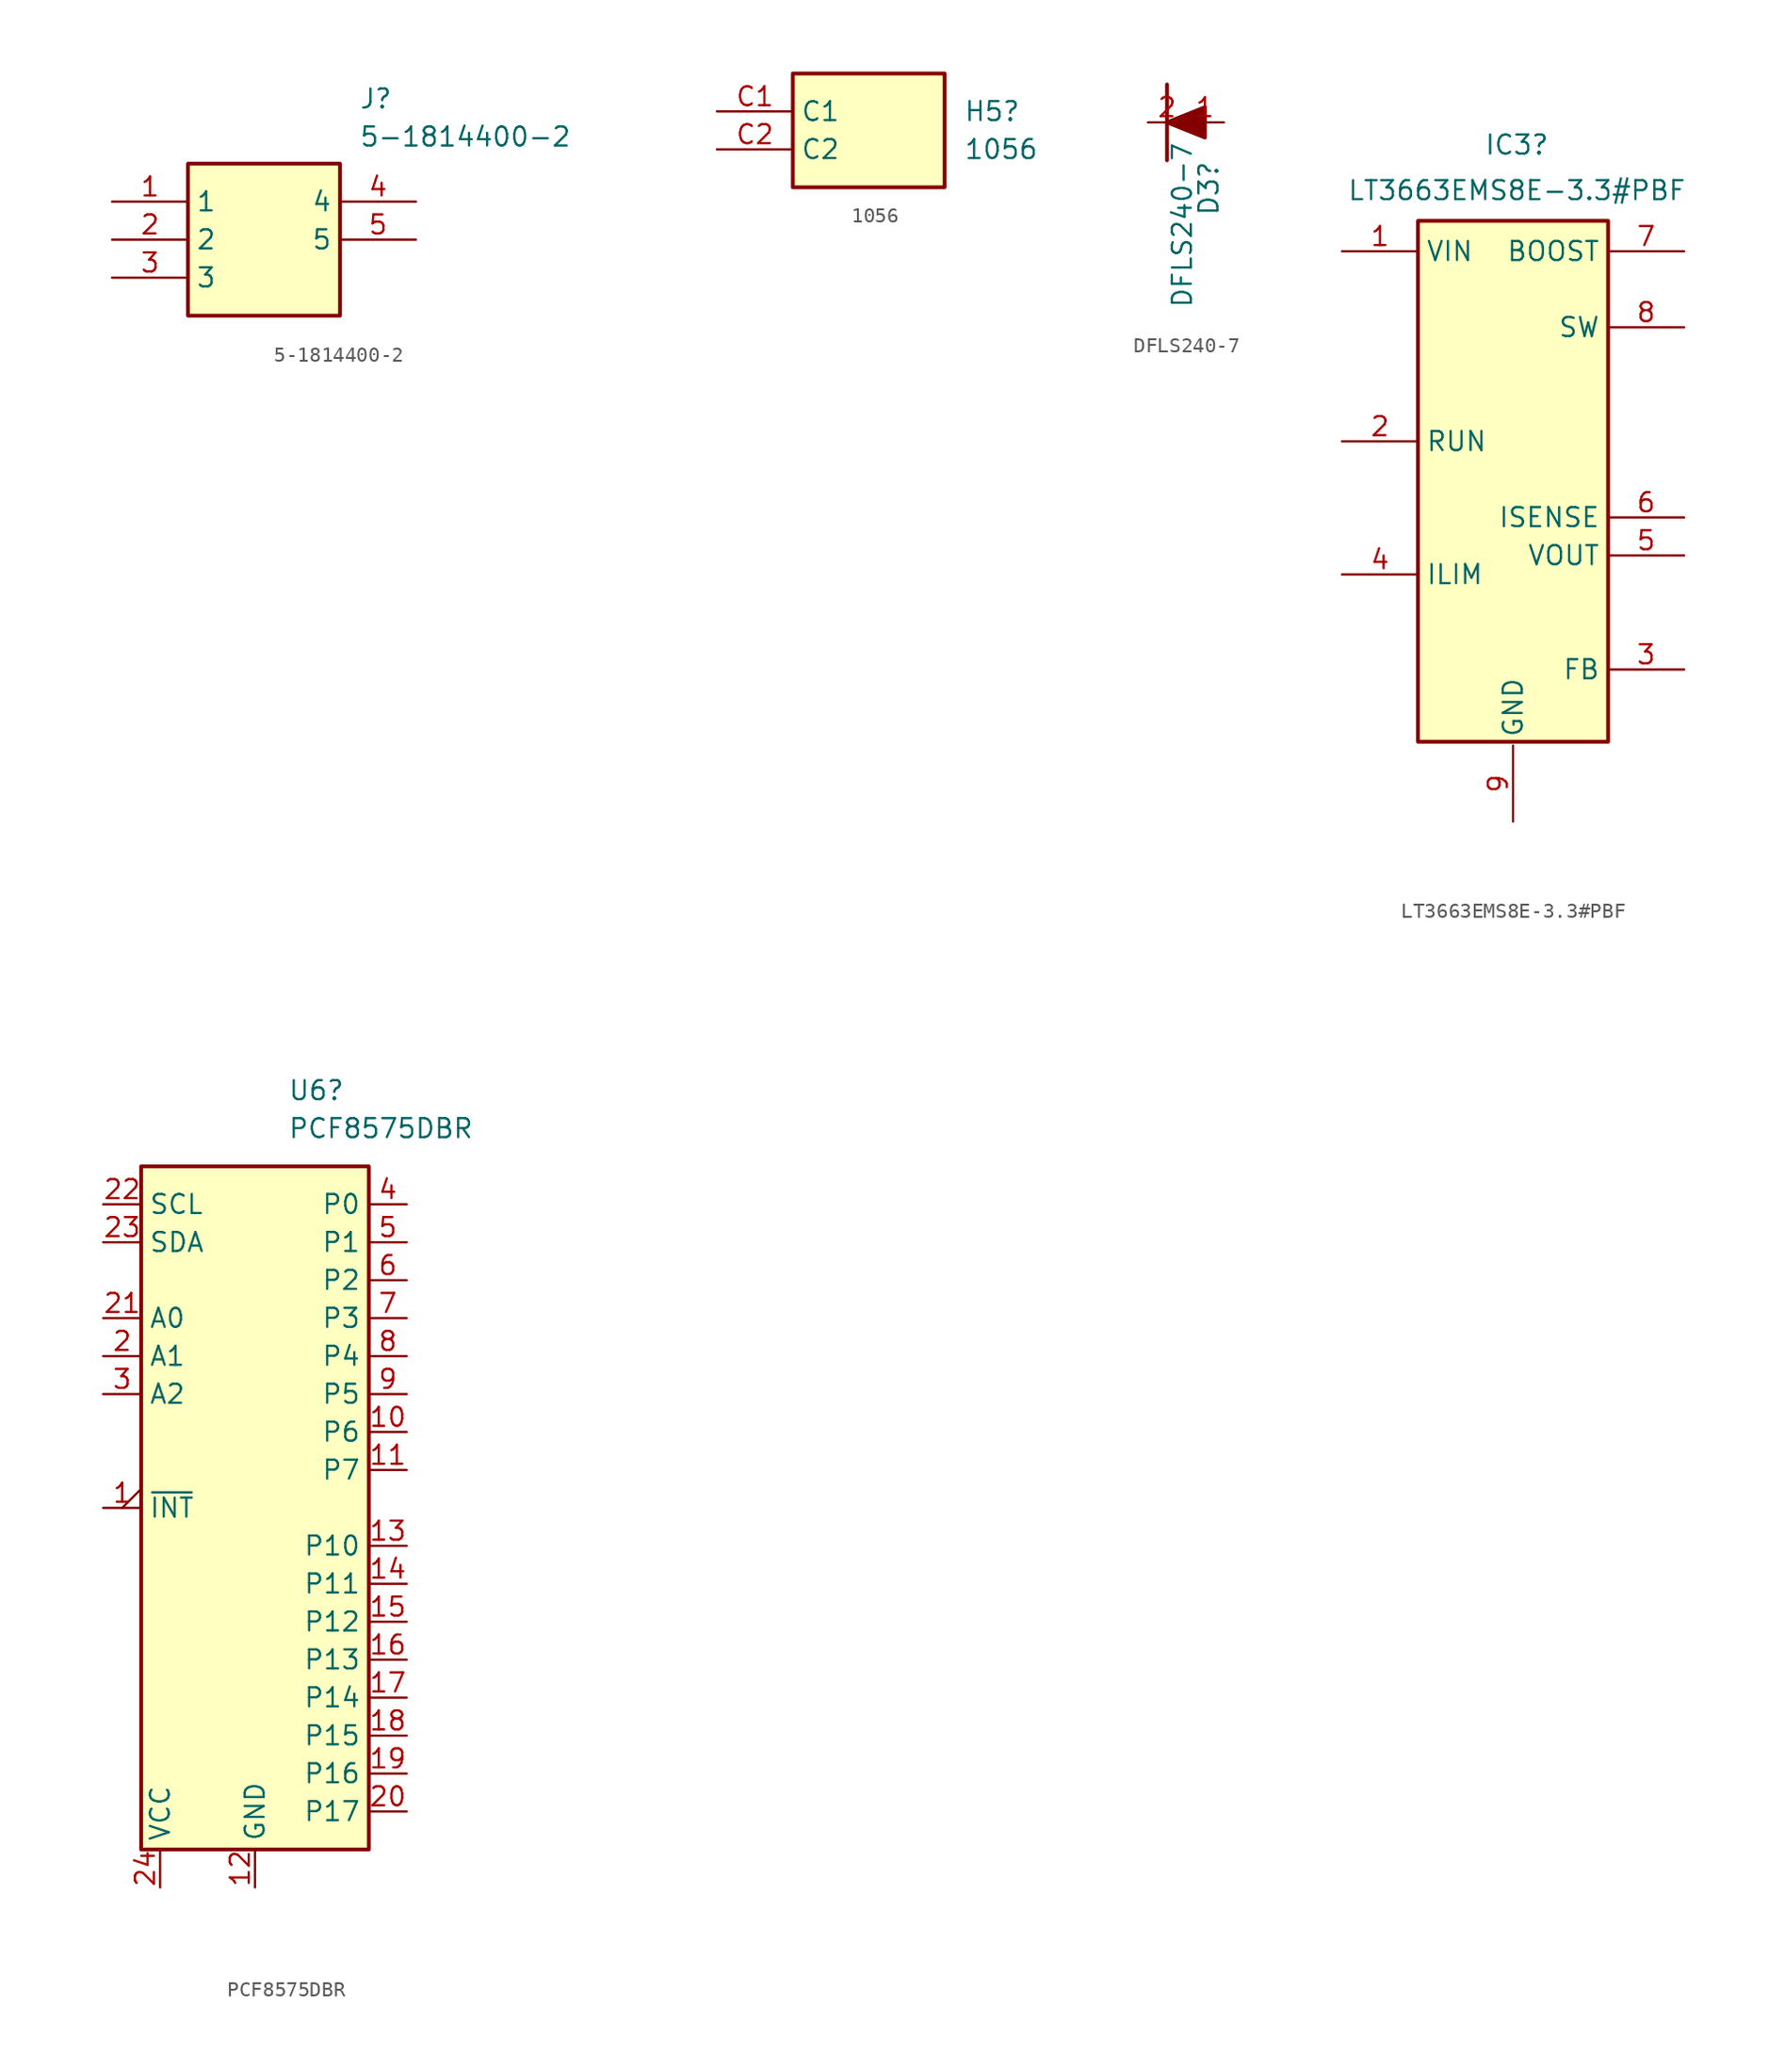
<source format=kicad_sym>
(kicad_symbol_lib
  (version 20231120)
  (generator "kicad_symbol_editor")
  (generator_version "8.0")
  (symbol "5-1814400-2"
    (property "Reference" "J"
      (at 16.51 7.62 0)
      (effects (font (size 1.27 1.27)) (justify left top)))
    (property "Value" "5-1814400-2"
      (at 16.51 5.08 0)
      (effects (font (size 1.27 1.27)) (justify left top)))
    (symbol "5-1814400-2_1_1"
      (rectangle (start 5.08 2.54) (end 15.24 -7.62) (stroke (width 0.254) (type default)) (fill (type background)))
      (pin passive line (at 0 0 0) (length 5.08) (name "1" (effects (font (size 1.27 1.27)))) (number "1" (effects (font (size 1.27 1.27)))))
      (pin passive line (at 0 -2.54 0) (length 5.08) (name "2" (effects (font (size 1.27 1.27)))) (number "2" (effects (font (size 1.27 1.27)))))
      (pin passive line (at 0 -5.08 0) (length 5.08) (name "3" (effects (font (size 1.27 1.27)))) (number "3" (effects (font (size 1.27 1.27)))))
      (pin passive line (at 20.32 0 180) (length 5.08) (name "4" (effects (font (size 1.27 1.27)))) (number "4" (effects (font (size 1.27 1.27)))))
      (pin passive line (at 20.32 -2.54 180) (length 5.08) (name "5" (effects (font (size 1.27 1.27)))) (number "5" (effects (font (size 1.27 1.27)))))))
  (symbol "1056"
    (property "Reference" "H5"
      (at 16.51 0.0001 0)
      (effects (font (size 1.27 1.27)) (justify left)))
    (property "Value" "1056"
      (at 16.51 -2.54 0)
      (effects (font (size 1.27 1.27)) (justify left)))
    (symbol "1056_1_1"
      (rectangle (start 5.08 2.54) (end 15.24 -5.08) (stroke (width 0.254) (type default)) (fill (type background)))
      (pin power_in line (at 0 0 0) (length 5.08) (name "C1" (effects (font (size 1.27 1.27)))) (number "C1" (effects (font (size 1.27 1.27)))))
      (pin power_out line (at 0 -2.54 0) (length 5.08) (name "C2" (effects (font (size 1.27 1.27)))) (number "C2" (effects (font (size 1.27 1.27)))))))
  (symbol "DFLS240-7"
    (pin_names hide)
    (property "Reference" "D3"
      (at 7.874 -2.54 90)
      (effects (font (size 1.27 1.27)) (justify right)))
    (property "Value" "DFLS240-7"
      (at 6.096 -1.27 90)
      (effects (font (size 1.27 1.27)) (justify right)))
    (symbol "DFLS240-7_1_1"
      (polyline (pts (xy 5.08 2.54) (xy 5.08 -2.54)) (stroke (width 0.254) (type default)) (fill (type none)))
      (polyline (pts (xy 5.08 0) (xy 7.62 1.016) (xy 7.62 -1.016) (xy 5.08 0)) (stroke (width 0.254) (type default)) (fill (type outline)))
      (pin passive line (at 8.89 0 180) (length 2.54) (name "A" (effects (font (size 1.27 1.27)))) (number "1" (effects (font (size 1.27 1.27)))))
      (pin passive line (at 3.81 0 0) (length 2.54) (name "K" (effects (font (size 1.27 1.27)))) (number "2" (effects (font (size 1.27 1.27)))))))
  (symbol "LT3663EMS8E-3.3#PBF"
    (property "Reference" "IC3"
      (at 18.034 16.002 0)
      (effects (font (size 1.27 1.27))))
    (property "Value" "LT3663EMS8E-3.3#PBF"
      (at 18.034 12.954 0)
      (effects (font (size 1.27 1.27))))
    (symbol "LT3663EMS8E-3.3#PBF_1_1"
      (rectangle (start 11.43 10.922) (end 24.13 -23.876) (stroke (width 0.254) (type default)) (fill (type background)))
      (pin passive line (at 6.35 8.89 0) (length 5.08) (name "VIN" (effects (font (size 1.27 1.27)))) (number "1" (effects (font (size 1.27 1.27)))))
      (pin passive line (at 6.35 -3.81 0) (length 5.08) (name "RUN" (effects (font (size 1.27 1.27)))) (number "2" (effects (font (size 1.27 1.27)))))
      (pin passive line (at 29.21 -19.05 180) (length 5.08) (name "FB" (effects (font (size 1.27 1.27)))) (number "3" (effects (font (size 1.27 1.27)))))
      (pin passive line (at 6.35 -12.7 0) (length 5.08) (name "ILIM" (effects (font (size 1.27 1.27)))) (number "4" (effects (font (size 1.27 1.27)))))
      (pin passive line (at 29.21 -11.43 180) (length 5.08) (name "VOUT" (effects (font (size 1.27 1.27)))) (number "5" (effects (font (size 1.27 1.27)))))
      (pin passive line (at 29.21 -8.89 180) (length 5.08) (name "ISENSE" (effects (font (size 1.27 1.27)))) (number "6" (effects (font (size 1.27 1.27)))))
      (pin passive line (at 29.21 8.89 180) (length 5.08) (name "BOOST" (effects (font (size 1.27 1.27)))) (number "7" (effects (font (size 1.27 1.27)))))
      (pin passive line (at 29.21 3.81 180) (length 5.08) (name "SW" (effects (font (size 1.27 1.27)))) (number "8" (effects (font (size 1.27 1.27)))))
      (pin passive line (at 17.78 -29.21 90) (length 5.08) (name "GND" (effects (font (size 1.27 1.27)))) (number "9" (effects (font (size 1.27 1.27)))))))
  (symbol "PCF8575DBR"
    (property "Reference" "U6"
      (at 2.194 27.94 0)
      (effects (font (size 1.27 1.27)) (justify left)))
    (property "Value" "PCF8575DBR"
      (at 2.194 25.4 0)
      (effects (font (size 1.27 1.27)) (justify left)))
    (symbol "PCF8575DBR_0_1"
      (rectangle (start -7.62 22.86) (end 7.62 -22.86) (stroke (width 0.254) (type default)) (fill (type background))))
    (symbol "PCF8575DBR_1_1"
      (pin open_collector output_low (at -10.16 0 0) (length 2.54) (name "~{INT}" (effects (font (size 1.27 1.27)))) (number "1" (effects (font (size 1.27 1.27)))))
      (pin bidirectional line (at 10.16 5.08 180) (length 2.54) (name "P6" (effects (font (size 1.27 1.27)))) (number "10" (effects (font (size 1.27 1.27)))))
      (pin bidirectional line (at 10.16 2.54 180) (length 2.54) (name "P7" (effects (font (size 1.27 1.27)))) (number "11" (effects (font (size 1.27 1.27)))))
      (pin power_in line (at 0 -25.4 90) (length 2.54) (name "GND" (effects (font (size 1.27 1.27)))) (number "12" (effects (font (size 1.27 1.27)))))
      (pin bidirectional line (at 10.16 -2.54 180) (length 2.54) (name "P10" (effects (font (size 1.27 1.27)))) (number "13" (effects (font (size 1.27 1.27)))))
      (pin bidirectional line (at 10.16 -5.08 180) (length 2.54) (name "P11" (effects (font (size 1.27 1.27)))) (number "14" (effects (font (size 1.27 1.27)))))
      (pin bidirectional line (at 10.16 -7.62 180) (length 2.54) (name "P12" (effects (font (size 1.27 1.27)))) (number "15" (effects (font (size 1.27 1.27)))))
      (pin bidirectional line (at 10.16 -10.16 180) (length 2.54) (name "P13" (effects (font (size 1.27 1.27)))) (number "16" (effects (font (size 1.27 1.27)))))
      (pin bidirectional line (at 10.16 -12.7 180) (length 2.54) (name "P14" (effects (font (size 1.27 1.27)))) (number "17" (effects (font (size 1.27 1.27)))))
      (pin bidirectional line (at 10.16 -15.24 180) (length 2.54) (name "P15" (effects (font (size 1.27 1.27)))) (number "18" (effects (font (size 1.27 1.27)))))
      (pin bidirectional line (at 10.16 -17.78 180) (length 2.54) (name "P16" (effects (font (size 1.27 1.27)))) (number "19" (effects (font (size 1.27 1.27)))))
      (pin input line (at -10.16 10.16 0) (length 2.54) (name "A1" (effects (font (size 1.27 1.27)))) (number "2" (effects (font (size 1.27 1.27)))))
      (pin bidirectional line (at 10.16 -20.32 180) (length 2.54) (name "P17" (effects (font (size 1.27 1.27)))) (number "20" (effects (font (size 1.27 1.27)))))
      (pin input line (at -10.16 12.7 0) (length 2.54) (name "A0" (effects (font (size 1.27 1.27)))) (number "21" (effects (font (size 1.27 1.27)))))
      (pin input line (at -10.16 20.32 0) (length 2.54) (name "SCL" (effects (font (size 1.27 1.27)))) (number "22" (effects (font (size 1.27 1.27)))))
      (pin bidirectional line (at -10.16 17.78 0) (length 2.54) (name "SDA" (effects (font (size 1.27 1.27)))) (number "23" (effects (font (size 1.27 1.27)))))
      (pin power_in line (at -6.35 -25.4 90) (length 2.54) (name "VCC" (effects (font (size 1.27 1.27)))) (number "24" (effects (font (size 1.27 1.27)))))
      (pin input line (at -10.16 7.62 0) (length 2.54) (name "A2" (effects (font (size 1.27 1.27)))) (number "3" (effects (font (size 1.27 1.27)))))
      (pin bidirectional line (at 10.16 20.32 180) (length 2.54) (name "P0" (effects (font (size 1.27 1.27)))) (number "4" (effects (font (size 1.27 1.27)))))
      (pin bidirectional line (at 10.16 17.78 180) (length 2.54) (name "P1" (effects (font (size 1.27 1.27)))) (number "5" (effects (font (size 1.27 1.27)))))
      (pin bidirectional line (at 10.16 15.24 180) (length 2.54) (name "P2" (effects (font (size 1.27 1.27)))) (number "6" (effects (font (size 1.27 1.27)))))
      (pin bidirectional line (at 10.16 12.7 180) (length 2.54) (name "P3" (effects (font (size 1.27 1.27)))) (number "7" (effects (font (size 1.27 1.27)))))
      (pin bidirectional line (at 10.16 10.16 180) (length 2.54) (name "P4" (effects (font (size 1.27 1.27)))) (number "8" (effects (font (size 1.27 1.27)))))
      (pin bidirectional line (at 10.16 7.62 180) (length 2.54) (name "P5" (effects (font (size 1.27 1.27)))) (number "9" (effects (font (size 1.27 1.27))))))))
</source>
